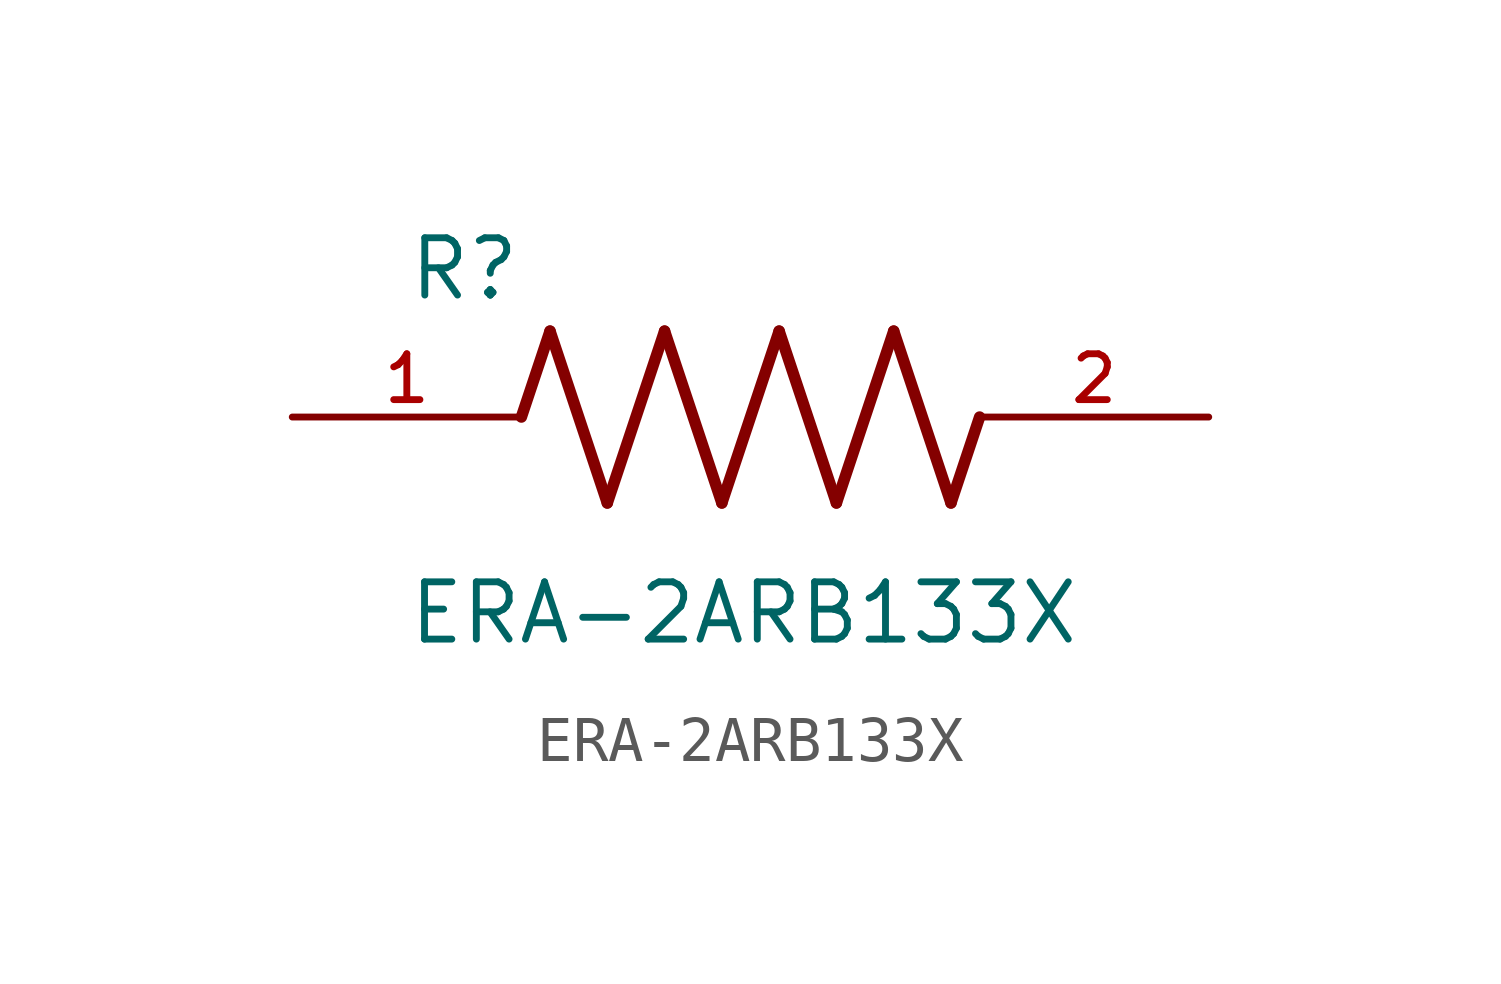
<source format=kicad_sym>
(kicad_symbol_lib
  (version 20211014)
  (generator kicad_symbol_editor)
  (symbol "ERA-2ARB133X"
    (pin_names
      (offset 1.016))
    (property "Reference" "R"
      (at -7.624 2.541 0)
      (effects (font (size 1.27 1.27)) (justify bottom left)))
    (property "Value" "ERA-2ARB133X"
      (at -7.63 -5.087 0)
      (effects (font (size 1.27 1.27)) (justify bottom left)))
    (symbol "ERA-2ARB133X_0_0"
      (polyline (pts (xy -5.08 0.0) (xy -4.445 1.905)) (stroke (width 0.254)))
      (polyline (pts (xy -4.445 1.905) (xy -3.175 -1.905)) (stroke (width 0.254)))
      (polyline (pts (xy -3.175 -1.905) (xy -1.905 1.905)) (stroke (width 0.254)))
      (polyline (pts (xy -1.905 1.905) (xy -0.635 -1.905)) (stroke (width 0.254)))
      (polyline (pts (xy -0.635 -1.905) (xy 0.635 1.905)) (stroke (width 0.254)))
      (polyline (pts (xy 0.635 1.905) (xy 1.905 -1.905)) (stroke (width 0.254)))
      (polyline (pts (xy 1.905 -1.905) (xy 3.175 1.905)) (stroke (width 0.254)))
      (polyline (pts (xy 3.175 1.905) (xy 4.445 -1.905)) (stroke (width 0.254)))
      (polyline (pts (xy 4.445 -1.905) (xy 5.08 0.0)) (stroke (width 0.254)))
      (pin passive line (at -10.16 0.0 0) (length 5.08) (name "~" (effects (font (size 1.016 1.016)))) (number "1" (effects (font (size 1.016 1.016)))))
      (pin passive line (at 10.16 0.0 180.0) (length 5.08) (name "~" (effects (font (size 1.016 1.016)))) (number "2" (effects (font (size 1.016 1.016))))))))
</source>
